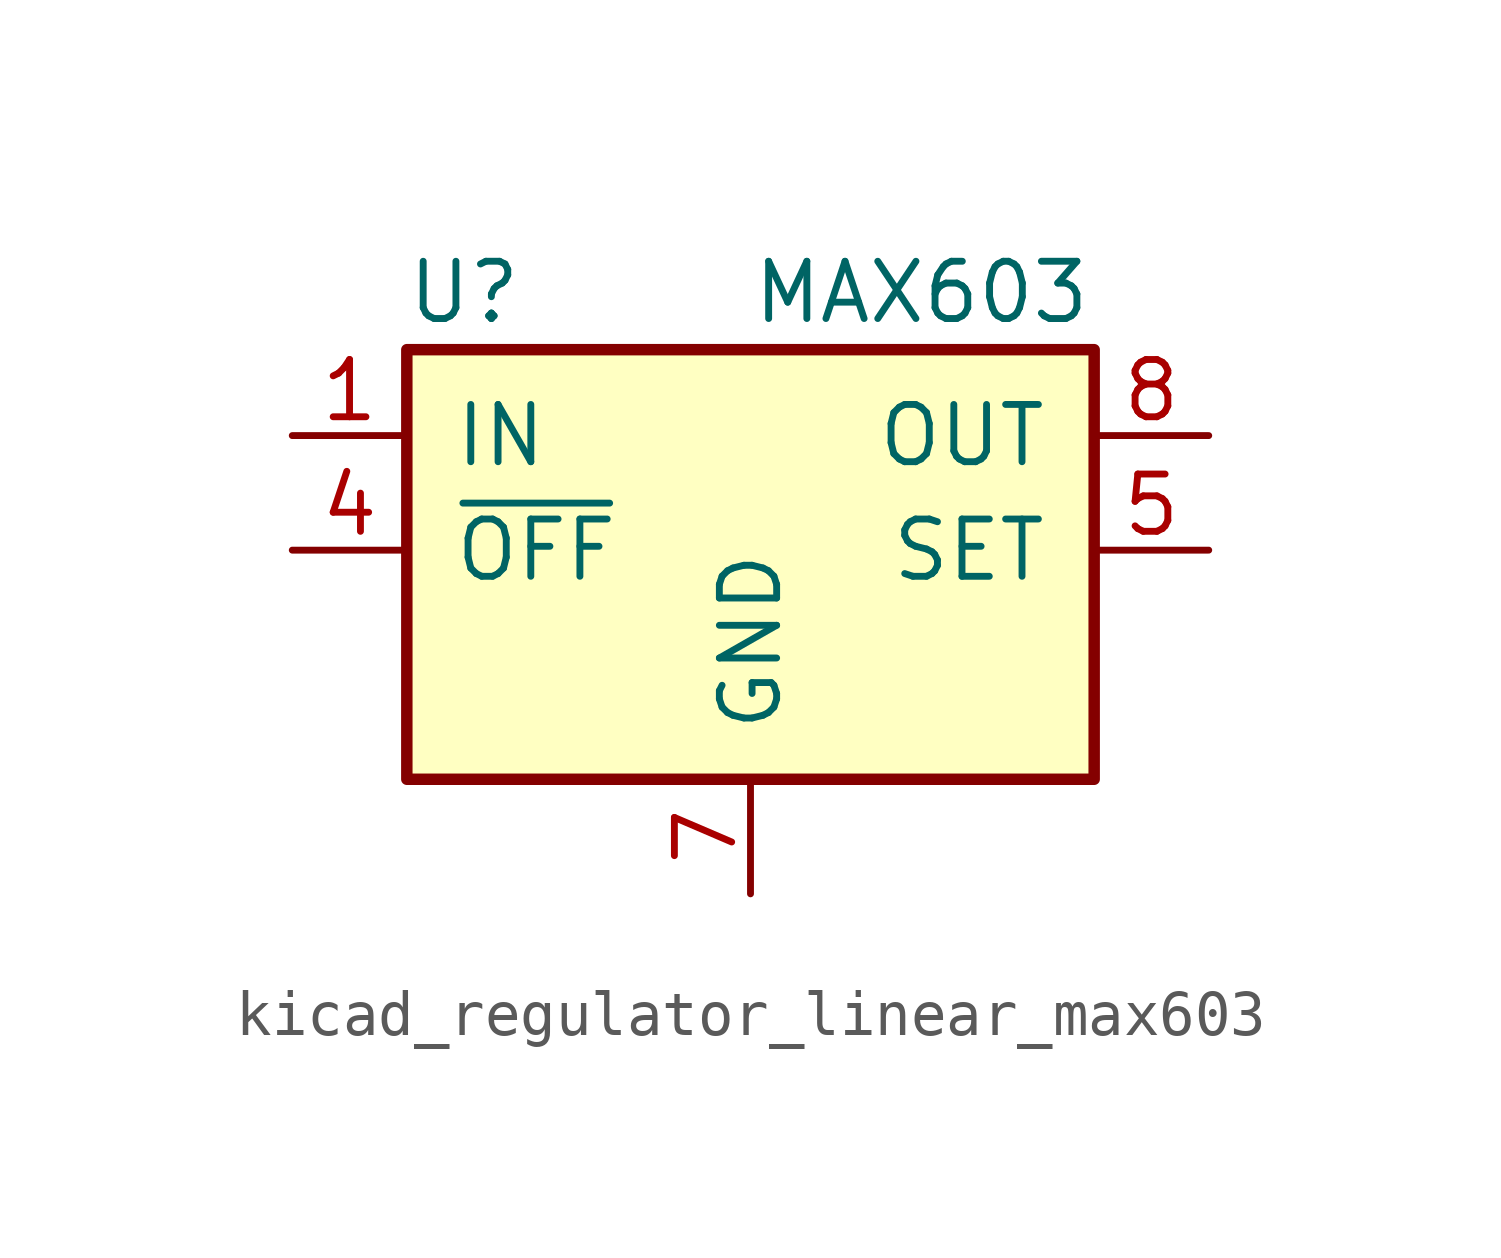
<source format=kicad_sym>
(kicad_symbol_lib
  (version 20220914)
  (generator kicad_symbol_editor)
  (symbol "kicad_regulator_linear_max603"
    (pin_names
      (offset 1.016))
    (property "Reference" "U"
      (at -6.35 5.715 0)
      (effects (font (size 1.27 1.27))))
    (property "Value" "MAX603"
      (at 0 5.715 0)
      (effects (font (size 1.27 1.27)) (justify left)))
    (symbol "kicad_regulator_linear_max603_0_1"
      (rectangle (start -7.62 4.445) (end 7.62 -5.08) (stroke (width 0.254) (type default)) (fill (type background))))
    (symbol "kicad_regulator_linear_max603_1_1"
      (pin power_in line (at -10.16 2.54 0) (length 2.54) (name "IN" (effects (font (size 1.27 1.27)))) (number "1" (effects (font (size 1.27 1.27)))))
      (pin passive line (at 0 -7.62 90) (length 2.54) hide (name "GND" (effects (font (size 1.27 1.27)))) (number "2" (effects (font (size 1.27 1.27)))))
      (pin passive line (at 0 -7.62 90) (length 2.54) hide (name "GND" (effects (font (size 1.27 1.27)))) (number "3" (effects (font (size 1.27 1.27)))))
      (pin input line (at -10.16 0 0) (length 2.54) (name "~{OFF}" (effects (font (size 1.27 1.27)))) (number "4" (effects (font (size 1.27 1.27)))))
      (pin passive line (at 10.16 0 180) (length 2.54) (name "SET" (effects (font (size 1.27 1.27)))) (number "5" (effects (font (size 1.27 1.27)))))
      (pin passive line (at 0 -7.62 90) (length 2.54) hide (name "GND" (effects (font (size 1.27 1.27)))) (number "6" (effects (font (size 1.27 1.27)))))
      (pin power_in line (at 0 -7.62 90) (length 2.54) (name "GND" (effects (font (size 1.27 1.27)))) (number "7" (effects (font (size 1.27 1.27)))))
      (pin power_out line (at 10.16 2.54 180) (length 2.54) (name "OUT" (effects (font (size 1.27 1.27)))) (number "8" (effects (font (size 1.27 1.27))))))))
</source>
